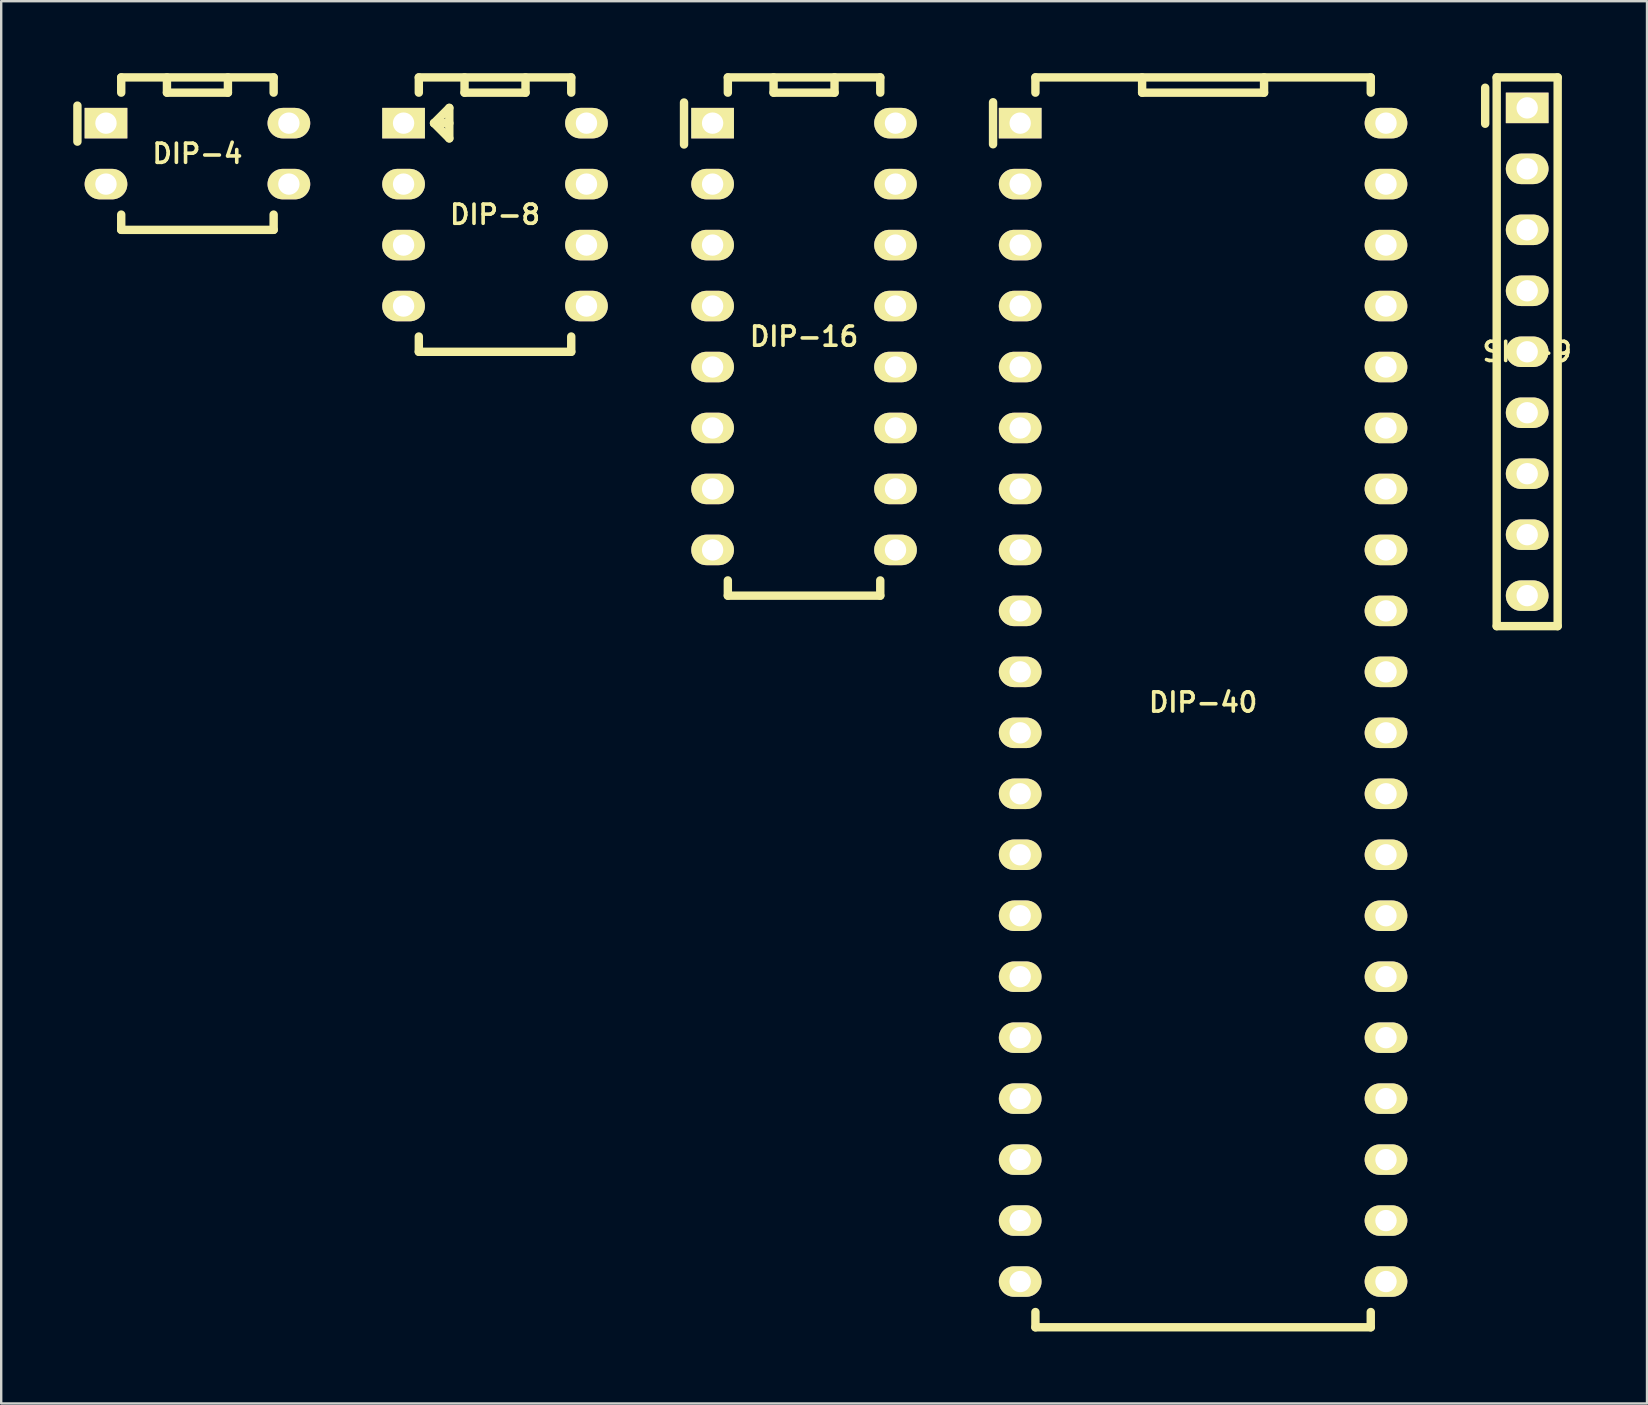
<source format=kicad_pcb>
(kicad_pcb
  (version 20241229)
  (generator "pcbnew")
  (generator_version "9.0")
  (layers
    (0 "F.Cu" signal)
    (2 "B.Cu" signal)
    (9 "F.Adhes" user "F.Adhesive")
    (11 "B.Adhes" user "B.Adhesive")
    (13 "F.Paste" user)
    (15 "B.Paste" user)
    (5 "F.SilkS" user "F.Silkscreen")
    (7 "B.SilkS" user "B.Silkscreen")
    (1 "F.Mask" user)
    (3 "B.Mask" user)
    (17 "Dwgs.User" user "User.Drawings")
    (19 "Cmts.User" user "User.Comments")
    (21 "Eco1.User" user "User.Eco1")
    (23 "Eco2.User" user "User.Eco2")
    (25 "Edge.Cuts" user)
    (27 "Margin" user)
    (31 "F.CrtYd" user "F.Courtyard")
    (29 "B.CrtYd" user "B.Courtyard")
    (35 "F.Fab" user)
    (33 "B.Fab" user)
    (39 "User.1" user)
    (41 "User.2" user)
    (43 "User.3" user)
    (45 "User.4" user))
  (footprint "DIP-40"
    (layer "F.Cu")
    (at 47.071 26.21)
    (property "Reference" "DIP-40" (at 0 0 0) (layer "F.SilkS") (effects (font (size 0.8 0.8) (thickness 0.15))))
    (attr through_hole)
    (fp_line (start -8.75 -25) (end -8.75 -23.25) (stroke (width 0.35) (type solid)) (layer "F.SilkS"))
    (fp_line (start -6.985 -26.035) (end 6.985 -26.035) (stroke (width 0.35) (type solid)) (layer "F.SilkS"))
    (fp_line (start -6.985 -25.4) (end -6.985 -26.035) (stroke (width 0.35) (type solid)) (layer "F.SilkS"))
    (fp_line (start -6.985 25.4) (end -6.985 26.035) (stroke (width 0.35) (type solid)) (layer "F.SilkS"))
    (fp_line (start -6.985 26.035) (end 6.985 26.035) (stroke (width 0.35) (type solid)) (layer "F.SilkS"))
    (fp_line (start -2.54 -26.035) (end -2.54 -25.4) (stroke (width 0.35) (type solid)) (layer "F.SilkS"))
    (fp_line (start -2.54 -25.4) (end 2.54 -25.4) (stroke (width 0.35) (type solid)) (layer "F.SilkS"))
    (fp_line (start 2.54 -25.4) (end 2.54 -26.035) (stroke (width 0.35) (type solid)) (layer "F.SilkS"))
    (fp_line (start 6.985 -26.035) (end 6.985 -25.4) (stroke (width 0.35) (type solid)) (layer "F.SilkS"))
    (fp_line (start 6.985 26.035) (end 6.985 25.4) (stroke (width 0.35) (type solid)) (layer "F.SilkS"))
    (pad "1" thru_hole rect (at -7.62 -24.13) (size 1.778 1.27) (drill 0.889) (layers "*.Cu" "*.Mask" "F.SilkS"))
    (pad "2" thru_hole oval (at -7.62 -21.59) (size 1.778 1.27) (drill 0.889) (layers "*.Cu" "*.Mask" "F.SilkS"))
    (pad "3" thru_hole oval (at -7.62 -19.05) (size 1.778 1.27) (drill 0.889) (layers "*.Cu" "*.Mask" "F.SilkS"))
    (pad "4" thru_hole oval (at -7.62 -16.51) (size 1.778 1.27) (drill 0.889) (layers "*.Cu" "*.Mask" "F.SilkS"))
    (pad "5" thru_hole oval (at -7.62 -13.97) (size 1.778 1.27) (drill 0.889) (layers "*.Cu" "*.Mask" "F.SilkS"))
    (pad "6" thru_hole oval (at -7.62 -11.43) (size 1.778 1.27) (drill 0.889) (layers "*.Cu" "*.Mask" "F.SilkS"))
    (pad "7" thru_hole oval (at -7.62 -8.89) (size 1.778 1.27) (drill 0.889) (layers "*.Cu" "*.Mask" "F.SilkS"))
    (pad "8" thru_hole oval (at -7.62 -6.35) (size 1.778 1.27) (drill 0.889) (layers "*.Cu" "*.Mask" "F.SilkS"))
    (pad "9" thru_hole oval (at -7.62 -3.81) (size 1.778 1.27) (drill 0.889) (layers "*.Cu" "*.Mask" "F.SilkS"))
    (pad "10" thru_hole oval (at -7.62 -1.27) (size 1.778 1.27) (drill 0.889) (layers "*.Cu" "*.Mask" "F.SilkS"))
    (pad "11" thru_hole oval (at -7.62 1.27) (size 1.778 1.27) (drill 0.889) (layers "*.Cu" "*.Mask" "F.SilkS"))
    (pad "12" thru_hole oval (at -7.62 3.81) (size 1.778 1.27) (drill 0.889) (layers "*.Cu" "*.Mask" "F.SilkS"))
    (pad "13" thru_hole oval (at -7.62 6.35) (size 1.778 1.27) (drill 0.889) (layers "*.Cu" "*.Mask" "F.SilkS"))
    (pad "14" thru_hole oval (at -7.62 8.89) (size 1.778 1.27) (drill 0.889) (layers "*.Cu" "*.Mask" "F.SilkS"))
    (pad "15" thru_hole oval (at -7.62 11.43) (size 1.778 1.27) (drill 0.889) (layers "*.Cu" "*.Mask" "F.SilkS"))
    (pad "16" thru_hole oval (at -7.62 13.97) (size 1.778 1.27) (drill 0.889) (layers "*.Cu" "*.Mask" "F.SilkS"))
    (pad "17" thru_hole oval (at -7.62 16.51) (size 1.778 1.27) (drill 0.889) (layers "*.Cu" "*.Mask" "F.SilkS"))
    (pad "18" thru_hole oval (at -7.62 19.05) (size 1.778 1.27) (drill 0.889) (layers "*.Cu" "*.Mask" "F.SilkS"))
    (pad "19" thru_hole oval (at -7.62 21.59) (size 1.778 1.27) (drill 0.889) (layers "*.Cu" "*.Mask" "F.SilkS"))
    (pad "20" thru_hole oval (at -7.62 24.13) (size 1.778 1.27) (drill 0.889) (layers "*.Cu" "*.Mask" "F.SilkS"))
    (pad "21" thru_hole oval (at 7.62 24.13) (size 1.778 1.27) (drill 0.889) (layers "*.Cu" "*.Mask" "F.SilkS"))
    (pad "22" thru_hole oval (at 7.62 21.59) (size 1.778 1.27) (drill 0.889) (layers "*.Cu" "*.Mask" "F.SilkS"))
    (pad "23" thru_hole oval (at 7.62 19.05) (size 1.778 1.27) (drill 0.889) (layers "*.Cu" "*.Mask" "F.SilkS"))
    (pad "24" thru_hole oval (at 7.62 16.51) (size 1.778 1.27) (drill 0.889) (layers "*.Cu" "*.Mask" "F.SilkS"))
    (pad "25" thru_hole oval (at 7.62 13.97) (size 1.778 1.27) (drill 0.889) (layers "*.Cu" "*.Mask" "F.SilkS"))
    (pad "26" thru_hole oval (at 7.62 11.43) (size 1.778 1.27) (drill 0.889) (layers "*.Cu" "*.Mask" "F.SilkS"))
    (pad "27" thru_hole oval (at 7.62 8.89) (size 1.778 1.27) (drill 0.889) (layers "*.Cu" "*.Mask" "F.SilkS"))
    (pad "28" thru_hole oval (at 7.62 6.35) (size 1.778 1.27) (drill 0.889) (layers "*.Cu" "*.Mask" "F.SilkS"))
    (pad "29" thru_hole oval (at 7.62 3.81) (size 1.778 1.27) (drill 0.889) (layers "*.Cu" "*.Mask" "F.SilkS"))
    (pad "30" thru_hole oval (at 7.62 1.27) (size 1.778 1.27) (drill 0.889) (layers "*.Cu" "*.Mask" "F.SilkS"))
    (pad "31" thru_hole oval (at 7.62 -1.27) (size 1.778 1.27) (drill 0.889) (layers "*.Cu" "*.Mask" "F.SilkS"))
    (pad "32" thru_hole oval (at 7.62 -3.81) (size 1.778 1.27) (drill 0.889) (layers "*.Cu" "*.Mask" "F.SilkS"))
    (pad "33" thru_hole oval (at 7.62 -6.35) (size 1.778 1.27) (drill 0.889) (layers "*.Cu" "*.Mask" "F.SilkS"))
    (pad "34" thru_hole oval (at 7.62 -8.89) (size 1.778 1.27) (drill 0.889) (layers "*.Cu" "*.Mask" "F.SilkS"))
    (pad "35" thru_hole oval (at 7.62 -11.43) (size 1.778 1.27) (drill 0.889) (layers "*.Cu" "*.Mask" "F.SilkS"))
    (pad "36" thru_hole oval (at 7.62 -13.97) (size 1.778 1.27) (drill 0.889) (layers "*.Cu" "*.Mask" "F.SilkS"))
    (pad "37" thru_hole oval (at 7.62 -16.51) (size 1.778 1.27) (drill 0.889) (layers "*.Cu" "*.Mask" "F.SilkS"))
    (pad "38" thru_hole oval (at 7.62 -19.05) (size 1.778 1.27) (drill 0.889) (layers "*.Cu" "*.Mask" "F.SilkS"))
    (pad "39" thru_hole oval (at 7.62 -21.59) (size 1.778 1.27) (drill 0.889) (layers "*.Cu" "*.Mask" "F.SilkS"))
    (pad "40" thru_hole oval (at 7.62 -24.13) (size 1.778 1.27) (drill 0.889) (layers "*.Cu" "*.Mask" "F.SilkS")))
  (footprint "DIP-16"
    (layer "F.Cu")
    (at 30.447 10.97)
    (property "Reference" "DIP-16" (at 0 0 0) (layer "F.SilkS") (effects (font (size 0.8 0.8) (thickness 0.15))))
    (attr through_hole)
    (fp_line (start -5 -9.75) (end -5 -8) (stroke (width 0.35) (type solid)) (layer "F.SilkS"))
    (fp_line (start -3.175 -10.795) (end 3.175 -10.795) (stroke (width 0.35) (type solid)) (layer "F.SilkS"))
    (fp_line (start -3.175 -10.16) (end -3.175 -10.795) (stroke (width 0.35) (type solid)) (layer "F.SilkS"))
    (fp_line (start -3.175 10.16) (end -3.175 10.795) (stroke (width 0.35) (type solid)) (layer "F.SilkS"))
    (fp_line (start -3.175 10.795) (end 3.175 10.795) (stroke (width 0.35) (type solid)) (layer "F.SilkS"))
    (fp_line (start -1.27 -10.795) (end -1.27 -10.16) (stroke (width 0.35) (type solid)) (layer "F.SilkS"))
    (fp_line (start -1.27 -10.16) (end 1.27 -10.16) (stroke (width 0.35) (type solid)) (layer "F.SilkS"))
    (fp_line (start 1.27 -10.16) (end 1.27 -10.795) (stroke (width 0.35) (type solid)) (layer "F.SilkS"))
    (fp_line (start 3.175 -10.795) (end 3.175 -10.16) (stroke (width 0.35) (type solid)) (layer "F.SilkS"))
    (fp_line (start 3.175 10.795) (end 3.175 10.16) (stroke (width 0.35) (type solid)) (layer "F.SilkS"))
    (pad "1" thru_hole rect (at -3.81 -8.89) (size 1.778 1.27) (drill 0.889) (layers "*.Cu" "*.Mask" "F.SilkS"))
    (pad "2" thru_hole oval (at -3.81 -6.35) (size 1.778 1.27) (drill 0.889) (layers "*.Cu" "*.Mask" "F.SilkS"))
    (pad "3" thru_hole oval (at -3.81 -3.81) (size 1.778 1.27) (drill 0.889) (layers "*.Cu" "*.Mask" "F.SilkS"))
    (pad "4" thru_hole oval (at -3.81 -1.27) (size 1.778 1.27) (drill 0.889) (layers "*.Cu" "*.Mask" "F.SilkS"))
    (pad "5" thru_hole oval (at -3.81 1.27) (size 1.778 1.27) (drill 0.889) (layers "*.Cu" "*.Mask" "F.SilkS"))
    (pad "6" thru_hole oval (at -3.81 3.81) (size 1.778 1.27) (drill 0.889) (layers "*.Cu" "*.Mask" "F.SilkS"))
    (pad "7" thru_hole oval (at -3.81 6.35) (size 1.778 1.27) (drill 0.889) (layers "*.Cu" "*.Mask" "F.SilkS"))
    (pad "8" thru_hole oval (at -3.81 8.89) (size 1.778 1.27) (drill 0.889) (layers "*.Cu" "*.Mask" "F.SilkS"))
    (pad "9" thru_hole oval (at 3.81 8.89) (size 1.778 1.27) (drill 0.889) (layers "*.Cu" "*.Mask" "F.SilkS"))
    (pad "10" thru_hole oval (at 3.81 6.35) (size 1.778 1.27) (drill 0.889) (layers "*.Cu" "*.Mask" "F.SilkS"))
    (pad "11" thru_hole oval (at 3.81 3.81) (size 1.778 1.27) (drill 0.889) (layers "*.Cu" "*.Mask" "F.SilkS"))
    (pad "12" thru_hole oval (at 3.81 1.27) (size 1.778 1.27) (drill 0.889) (layers "*.Cu" "*.Mask" "F.SilkS"))
    (pad "13" thru_hole oval (at 3.81 -1.27) (size 1.778 1.27) (drill 0.889) (layers "*.Cu" "*.Mask" "F.SilkS"))
    (pad "14" thru_hole oval (at 3.81 -3.81) (size 1.778 1.27) (drill 0.889) (layers "*.Cu" "*.Mask" "F.SilkS"))
    (pad "15" thru_hole oval (at 3.81 -6.35) (size 1.778 1.27) (drill 0.889) (layers "*.Cu" "*.Mask" "F.SilkS"))
    (pad "16" thru_hole oval (at 3.81 -8.89) (size 1.778 1.27) (drill 0.889) (layers "*.Cu" "*.Mask" "F.SilkS")))
  (footprint "DIP-8"
    (layer "F.Cu")
    (at 17.573 5.89)
    (property "Reference" "DIP-8" (at 0 0 0) (layer "F.SilkS") (effects (font (size 0.8 0.8) (thickness 0.15))))
    (attr through_hole)
    (fp_line (start -3.175 -5.715) (end 3.175 -5.715) (stroke (width 0.35) (type solid)) (layer "F.SilkS"))
    (fp_line (start -3.175 -5.08) (end -3.175 -5.715) (stroke (width 0.35) (type solid)) (layer "F.SilkS"))
    (fp_line (start -3.175 5.08) (end -3.175 5.715) (stroke (width 0.35) (type solid)) (layer "F.SilkS"))
    (fp_line (start -3.175 5.715) (end 3.175 5.715) (stroke (width 0.35) (type solid)) (layer "F.SilkS"))
    (fp_line (start -2.54 -3.81) (end -1.905 -4.445) (stroke (width 0.35) (type solid)) (layer "F.SilkS"))
    (fp_line (start -2.54 -3.81) (end -1.905 -3.81) (stroke (width 0.35) (type solid)) (layer "F.SilkS"))
    (fp_line (start -1.905 -4.445) (end -1.905 -3.175) (stroke (width 0.35) (type solid)) (layer "F.SilkS"))
    (fp_line (start -1.905 -3.175) (end -2.54 -3.81) (stroke (width 0.35) (type solid)) (layer "F.SilkS"))
    (fp_line (start -1.27 -5.08) (end -1.27 -5.715) (stroke (width 0.35) (type solid)) (layer "F.SilkS"))
    (fp_line (start 1.27 -5.715) (end 1.27 -5.08) (stroke (width 0.35) (type solid)) (layer "F.SilkS"))
    (fp_line (start 1.27 -5.08) (end -1.27 -5.08) (stroke (width 0.35) (type solid)) (layer "F.SilkS"))
    (fp_line (start 3.175 -5.715) (end 3.175 -5.08) (stroke (width 0.35) (type solid)) (layer "F.SilkS"))
    (fp_line (start 3.175 5.715) (end 3.175 5.08) (stroke (width 0.35) (type solid)) (layer "F.SilkS"))
    (pad "1" thru_hole rect (at -3.81 -3.81) (size 1.778 1.27) (drill 0.889) (layers "*.Cu" "*.Mask" "F.SilkS"))
    (pad "2" thru_hole oval (at -3.81 -1.27) (size 1.778 1.27) (drill 0.889) (layers "*.Cu" "*.Mask" "F.SilkS"))
    (pad "3" thru_hole oval (at -3.81 1.27) (size 1.778 1.27) (drill 0.889) (layers "*.Cu" "*.Mask" "F.SilkS"))
    (pad "4" thru_hole oval (at -3.81 3.81) (size 1.778 1.27) (drill 0.889) (layers "*.Cu" "*.Mask" "F.SilkS"))
    (pad "5" thru_hole oval (at 3.81 3.81) (size 1.778 1.27) (drill 0.889) (layers "*.Cu" "*.Mask" "F.SilkS"))
    (pad "6" thru_hole oval (at 3.81 1.27) (size 1.778 1.27) (drill 0.889) (layers "*.Cu" "*.Mask" "F.SilkS"))
    (pad "7" thru_hole oval (at 3.81 -1.27) (size 1.778 1.27) (drill 0.889) (layers "*.Cu" "*.Mask" "F.SilkS"))
    (pad "8" thru_hole oval (at 3.81 -3.81) (size 1.778 1.27) (drill 0.889) (layers "*.Cu" "*.Mask" "F.SilkS")))
  (footprint "SIP-9"
    (layer "F.Cu")
    (at 60.573 11.605)
    (property "Reference" "SIP-9" (at 0 0 0) (layer "F.SilkS") (effects (font (size 0.8 0.8) (thickness 0.15))))
    (attr through_hole)
    (fp_line (start -1.75 -11) (end -1.75 -9.5) (stroke (width 0.35) (type solid)) (layer "F.SilkS"))
    (fp_line (start -1.27 -11.43) (end 1.27 -11.43) (stroke (width 0.35) (type solid)) (layer "F.SilkS"))
    (fp_line (start -1.27 11.43) (end -1.27 -11.43) (stroke (width 0.35) (type solid)) (layer "F.SilkS"))
    (fp_line (start 1.27 -11.43) (end 1.27 11.43) (stroke (width 0.35) (type solid)) (layer "F.SilkS"))
    (fp_line (start 1.27 11.43) (end -1.27 11.43) (stroke (width 0.35) (type solid)) (layer "F.SilkS"))
    (pad "1" thru_hole rect (at 0 -10.16) (size 1.778 1.27) (drill 0.889) (layers "*.Cu" "*.Mask" "F.SilkS"))
    (pad "2" thru_hole oval (at 0 -7.62) (size 1.778 1.27) (drill 0.889) (layers "*.Cu" "*.Mask" "F.SilkS"))
    (pad "3" thru_hole oval (at 0 -5.08) (size 1.778 1.27) (drill 0.889) (layers "*.Cu" "*.Mask" "F.SilkS"))
    (pad "4" thru_hole oval (at 0 -2.54) (size 1.778 1.27) (drill 0.889) (layers "*.Cu" "*.Mask" "F.SilkS"))
    (pad "5" thru_hole oval (at 0 0) (size 1.778 1.27) (drill 0.889) (layers "*.Cu" "*.Mask" "F.SilkS"))
    (pad "6" thru_hole oval (at 0 2.54) (size 1.778 1.27) (drill 0.889) (layers "*.Cu" "*.Mask" "F.SilkS"))
    (pad "7" thru_hole oval (at 0 5.08) (size 1.778 1.27) (drill 0.889) (layers "*.Cu" "*.Mask" "F.SilkS"))
    (pad "8" thru_hole oval (at 0 7.62) (size 1.778 1.27) (drill 0.889) (layers "*.Cu" "*.Mask" "F.SilkS"))
    (pad "9" thru_hole oval (at 0 10.16) (size 1.778 1.27) (drill 0.889) (layers "*.Cu" "*.Mask" "F.SilkS")))
  (footprint "DIP-4"
    (layer "F.Cu")
    (at 5.175 3.35)
    (property "Reference" "DIP-4" (at 0 0 0) (layer "F.SilkS") (effects (font (size 0.8 0.8) (thickness 0.15))))
    (attr through_hole)
    (fp_line (start -5 -2) (end -5 -0.5) (stroke (width 0.35) (type solid)) (layer "F.SilkS"))
    (fp_line (start -3.175 -3.175) (end -3.175 -2.54) (stroke (width 0.35) (type solid)) (layer "F.SilkS"))
    (fp_line (start -3.175 2.54) (end -3.175 3.175) (stroke (width 0.35) (type solid)) (layer "F.SilkS"))
    (fp_line (start -3.175 3.175) (end 3.175 3.175) (stroke (width 0.35) (type solid)) (layer "F.SilkS"))
    (fp_line (start -1.27 -2.54) (end -1.27 -3.175) (stroke (width 0.35) (type solid)) (layer "F.SilkS"))
    (fp_line (start 1.27 -3.175) (end 1.27 -2.54) (stroke (width 0.35) (type solid)) (layer "F.SilkS"))
    (fp_line (start 1.27 -2.54) (end -1.27 -2.54) (stroke (width 0.35) (type solid)) (layer "F.SilkS"))
    (fp_line (start 3.175 -3.175) (end -3.175 -3.175) (stroke (width 0.35) (type solid)) (layer "F.SilkS"))
    (fp_line (start 3.175 -2.54) (end 3.175 -3.175) (stroke (width 0.35) (type solid)) (layer "F.SilkS"))
    (fp_line (start 3.175 3.175) (end 3.175 2.54) (stroke (width 0.35) (type solid)) (layer "F.SilkS"))
    (pad "1" thru_hole rect (at -3.81 -1.27) (size 1.778 1.27) (drill 0.889) (layers "*.Cu" "*.Mask" "F.SilkS"))
    (pad "2" thru_hole oval (at -3.81 1.27) (size 1.778 1.27) (drill 0.889) (layers "*.Cu" "*.Mask" "F.SilkS"))
    (pad "3" thru_hole oval (at 3.81 1.27) (size 1.778 1.27) (drill 0.889) (layers "*.Cu" "*.Mask" "F.SilkS"))
    (pad "4" thru_hole oval (at 3.81 -1.27) (size 1.778 1.27) (drill 0.889) (layers "*.Cu" "*.Mask" "F.SilkS")))
  (gr_rect
    (start -3 -3)
    (end 65.565 55.42)
    (stroke (width 0.1) (type default))
    (fill no)
    (layer "Edge.Cuts")))
</source>
